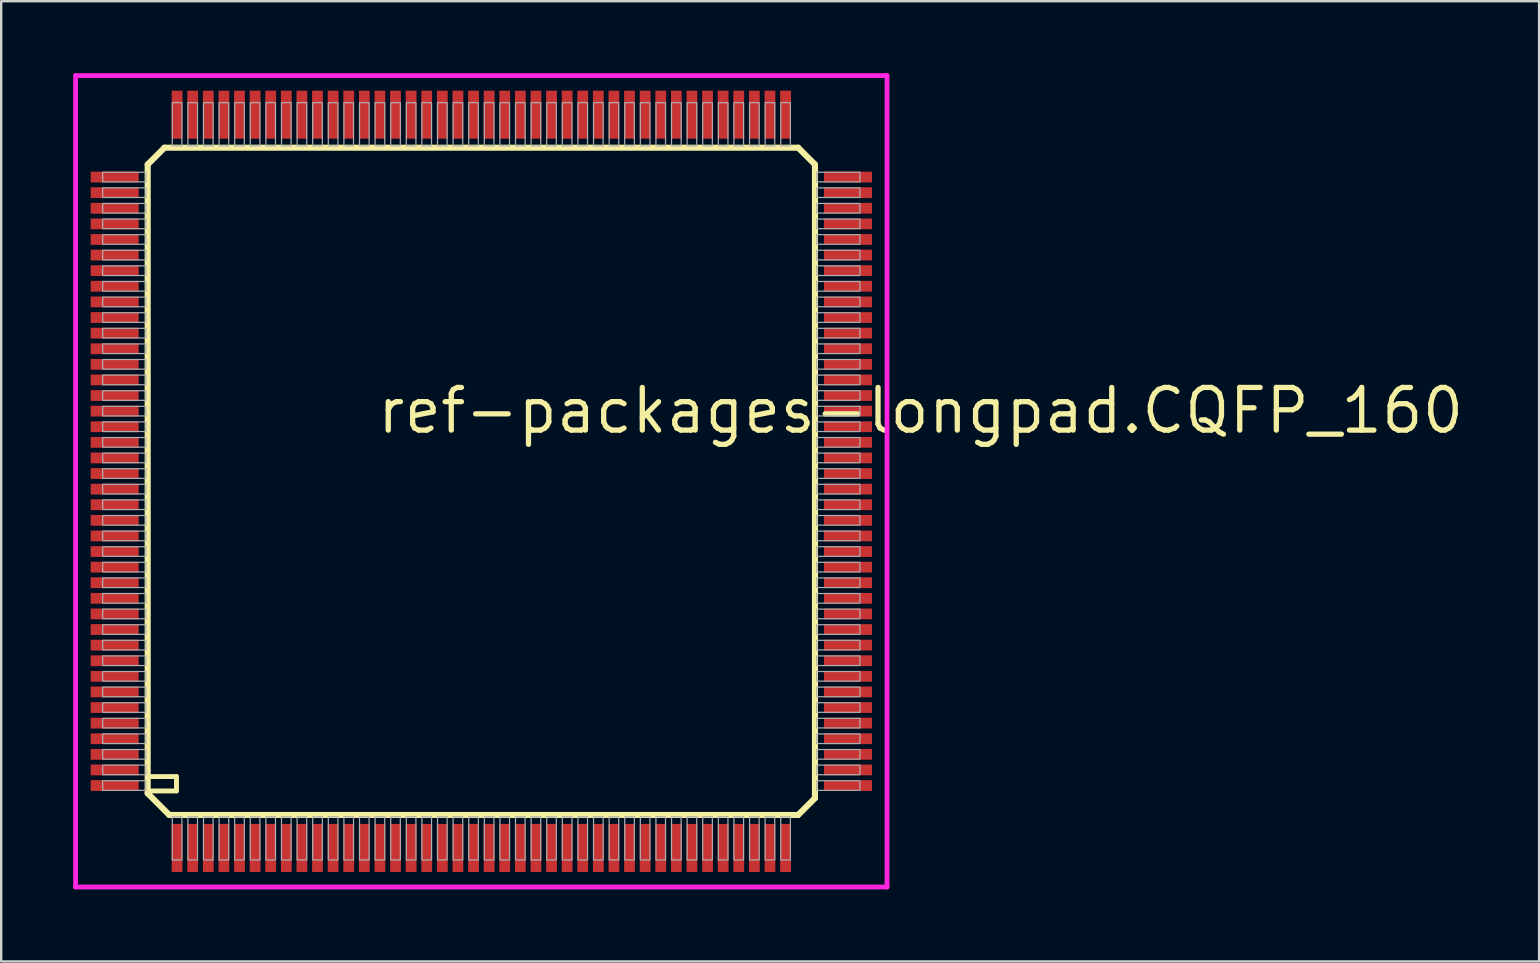
<source format=kicad_pcb>
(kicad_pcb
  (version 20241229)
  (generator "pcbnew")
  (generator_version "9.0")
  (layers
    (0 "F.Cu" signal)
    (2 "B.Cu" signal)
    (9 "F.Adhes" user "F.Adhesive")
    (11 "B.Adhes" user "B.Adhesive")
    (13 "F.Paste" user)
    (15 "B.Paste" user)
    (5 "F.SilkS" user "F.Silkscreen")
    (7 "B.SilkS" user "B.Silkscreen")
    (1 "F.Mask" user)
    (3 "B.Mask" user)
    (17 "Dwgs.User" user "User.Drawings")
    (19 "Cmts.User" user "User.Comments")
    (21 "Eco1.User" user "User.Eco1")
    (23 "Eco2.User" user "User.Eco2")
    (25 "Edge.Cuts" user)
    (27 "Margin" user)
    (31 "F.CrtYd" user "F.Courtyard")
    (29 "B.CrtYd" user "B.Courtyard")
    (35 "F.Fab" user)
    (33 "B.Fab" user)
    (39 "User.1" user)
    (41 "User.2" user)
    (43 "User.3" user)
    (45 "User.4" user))
  (footprint "ref-packages-longpad.CQFP_160"
    (layer "F.Cu")
    (at 17.003 17.003)
    (property "Reference" "ref-packages-longpad.CQFP_160" (at -4.445 -1.905 0) (layer "F.SilkS") (effects (font (size 1.778 1.778) (thickness 0.22)) (justify left bottom)))
    (attr smd)
    (fp_line (start -13.9 -13.2) (end -13.2 -13.9) (stroke (width 0.254) (type default)) (layer "F.SilkS"))
    (fp_line (start -13.9 13) (end -13.9 -13.2) (stroke (width 0.254) (type default)) (layer "F.SilkS"))
    (fp_line (start -13.8 12.3) (end -12.7 12.3) (stroke (width 0.203) (type default)) (layer "F.SilkS"))
    (fp_line (start -13.2 -13.9) (end 13.2 -13.9) (stroke (width 0.254) (type default)) (layer "F.SilkS"))
    (fp_line (start -13 13.9) (end -13.9 13) (stroke (width 0.254) (type default)) (layer "F.SilkS"))
    (fp_line (start -12.7 12.3) (end -12.7 12.9) (stroke (width 0.203) (type default)) (layer "F.SilkS"))
    (fp_line (start -12.7 12.9) (end -13.8 12.9) (stroke (width 0.203) (type default)) (layer "F.SilkS"))
    (fp_line (start 13.2 -13.9) (end 13.9 -13.2) (stroke (width 0.254) (type default)) (layer "F.SilkS"))
    (fp_line (start 13.2 13.9) (end -13 13.9) (stroke (width 0.254) (type default)) (layer "F.SilkS"))
    (fp_line (start 13.9 -13.2) (end 13.9 13.2) (stroke (width 0.254) (type default)) (layer "F.SilkS"))
    (fp_line (start 13.9 13.2) (end 13.2 13.9) (stroke (width 0.254) (type default)) (layer "F.SilkS"))
    (fp_line (start -16.903 -16.903) (end 16.903 -16.903) (stroke (width 0.2) (type default)) (layer "F.CrtYd"))
    (fp_line (start -16.903 16.903) (end -16.903 -16.903) (stroke (width 0.2) (type default)) (layer "F.CrtYd"))
    (fp_line (start 16.903 -16.903) (end 16.903 16.903) (stroke (width 0.2) (type default)) (layer "F.CrtYd"))
    (fp_line (start 16.903 16.903) (end -16.903 16.903) (stroke (width 0.2) (type default)) (layer "F.CrtYd"))
    (fp_rect (start -15.775 -12.475) (end -13.975 -12.875) (stroke (width 0.05) (type default)) (fill no) (layer "F.Fab"))
    (fp_rect (start -15.775 -11.825) (end -13.975 -12.225) (stroke (width 0.05) (type default)) (fill no) (layer "F.Fab"))
    (fp_rect (start -15.775 -11.175) (end -13.975 -11.575) (stroke (width 0.05) (type default)) (fill no) (layer "F.Fab"))
    (fp_rect (start -15.775 -10.525) (end -13.975 -10.925) (stroke (width 0.05) (type default)) (fill no) (layer "F.Fab"))
    (fp_rect (start -15.775 -9.875) (end -13.975 -10.275) (stroke (width 0.05) (type default)) (fill no) (layer "F.Fab"))
    (fp_rect (start -15.775 -9.225) (end -13.975 -9.625) (stroke (width 0.05) (type default)) (fill no) (layer "F.Fab"))
    (fp_rect (start -15.775 -8.575) (end -13.975 -8.975) (stroke (width 0.05) (type default)) (fill no) (layer "F.Fab"))
    (fp_rect (start -15.775 -7.925) (end -13.975 -8.325) (stroke (width 0.05) (type default)) (fill no) (layer "F.Fab"))
    (fp_rect (start -15.775 -7.275) (end -13.975 -7.675) (stroke (width 0.05) (type default)) (fill no) (layer "F.Fab"))
    (fp_rect (start -15.775 -6.625) (end -13.975 -7.025) (stroke (width 0.05) (type default)) (fill no) (layer "F.Fab"))
    (fp_rect (start -15.775 -5.975) (end -13.975 -6.375) (stroke (width 0.05) (type default)) (fill no) (layer "F.Fab"))
    (fp_rect (start -15.775 -5.325) (end -13.975 -5.725) (stroke (width 0.05) (type default)) (fill no) (layer "F.Fab"))
    (fp_rect (start -15.775 -4.675) (end -13.975 -5.075) (stroke (width 0.05) (type default)) (fill no) (layer "F.Fab"))
    (fp_rect (start -15.775 -4.025) (end -13.975 -4.425) (stroke (width 0.05) (type default)) (fill no) (layer "F.Fab"))
    (fp_rect (start -15.775 -3.375) (end -13.975 -3.775) (stroke (width 0.05) (type default)) (fill no) (layer "F.Fab"))
    (fp_rect (start -15.775 -2.725) (end -13.975 -3.125) (stroke (width 0.05) (type default)) (fill no) (layer "F.Fab"))
    (fp_rect (start -15.775 -2.075) (end -13.975 -2.475) (stroke (width 0.05) (type default)) (fill no) (layer "F.Fab"))
    (fp_rect (start -15.775 -1.425) (end -13.975 -1.825) (stroke (width 0.05) (type default)) (fill no) (layer "F.Fab"))
    (fp_rect (start -15.775 -0.775) (end -13.975 -1.175) (stroke (width 0.05) (type default)) (fill no) (layer "F.Fab"))
    (fp_rect (start -15.775 -0.125) (end -13.975 -0.525) (stroke (width 0.05) (type default)) (fill no) (layer "F.Fab"))
    (fp_rect (start -15.775 0.525) (end -13.975 0.125) (stroke (width 0.05) (type default)) (fill no) (layer "F.Fab"))
    (fp_rect (start -15.775 1.175) (end -13.975 0.775) (stroke (width 0.05) (type default)) (fill no) (layer "F.Fab"))
    (fp_rect (start -15.775 1.825) (end -13.975 1.425) (stroke (width 0.05) (type default)) (fill no) (layer "F.Fab"))
    (fp_rect (start -15.775 2.475) (end -13.975 2.075) (stroke (width 0.05) (type default)) (fill no) (layer "F.Fab"))
    (fp_rect (start -15.775 3.125) (end -13.975 2.725) (stroke (width 0.05) (type default)) (fill no) (layer "F.Fab"))
    (fp_rect (start -15.775 3.775) (end -13.975 3.375) (stroke (width 0.05) (type default)) (fill no) (layer "F.Fab"))
    (fp_rect (start -15.775 4.425) (end -13.975 4.025) (stroke (width 0.05) (type default)) (fill no) (layer "F.Fab"))
    (fp_rect (start -15.775 5.075) (end -13.975 4.675) (stroke (width 0.05) (type default)) (fill no) (layer "F.Fab"))
    (fp_rect (start -15.775 5.725) (end -13.975 5.325) (stroke (width 0.05) (type default)) (fill no) (layer "F.Fab"))
    (fp_rect (start -15.775 6.375) (end -13.975 5.975) (stroke (width 0.05) (type default)) (fill no) (layer "F.Fab"))
    (fp_rect (start -15.775 7.025) (end -13.975 6.625) (stroke (width 0.05) (type default)) (fill no) (layer "F.Fab"))
    (fp_rect (start -15.775 7.675) (end -13.975 7.275) (stroke (width 0.05) (type default)) (fill no) (layer "F.Fab"))
    (fp_rect (start -15.775 8.325) (end -13.975 7.925) (stroke (width 0.05) (type default)) (fill no) (layer "F.Fab"))
    (fp_rect (start -15.775 8.975) (end -13.975 8.575) (stroke (width 0.05) (type default)) (fill no) (layer "F.Fab"))
    (fp_rect (start -15.775 9.625) (end -13.975 9.225) (stroke (width 0.05) (type default)) (fill no) (layer "F.Fab"))
    (fp_rect (start -15.775 10.275) (end -13.975 9.875) (stroke (width 0.05) (type default)) (fill no) (layer "F.Fab"))
    (fp_rect (start -15.775 10.925) (end -13.975 10.525) (stroke (width 0.05) (type default)) (fill no) (layer "F.Fab"))
    (fp_rect (start -15.775 11.575) (end -13.975 11.175) (stroke (width 0.05) (type default)) (fill no) (layer "F.Fab"))
    (fp_rect (start -15.775 12.225) (end -13.975 11.825) (stroke (width 0.05) (type default)) (fill no) (layer "F.Fab"))
    (fp_rect (start -15.775 12.875) (end -13.975 12.475) (stroke (width 0.05) (type default)) (fill no) (layer "F.Fab"))
    (fp_rect (start -12.875 -13.975) (end -12.475 -15.775) (stroke (width 0.05) (type default)) (fill no) (layer "F.Fab"))
    (fp_rect (start -12.875 15.775) (end -12.475 13.975) (stroke (width 0.05) (type default)) (fill no) (layer "F.Fab"))
    (fp_rect (start -12.225 -13.975) (end -11.825 -15.775) (stroke (width 0.05) (type default)) (fill no) (layer "F.Fab"))
    (fp_rect (start -12.225 15.775) (end -11.825 13.975) (stroke (width 0.05) (type default)) (fill no) (layer "F.Fab"))
    (fp_rect (start -11.575 -13.975) (end -11.175 -15.775) (stroke (width 0.05) (type default)) (fill no) (layer "F.Fab"))
    (fp_rect (start -11.575 15.775) (end -11.175 13.975) (stroke (width 0.05) (type default)) (fill no) (layer "F.Fab"))
    (fp_rect (start -10.925 -13.975) (end -10.525 -15.775) (stroke (width 0.05) (type default)) (fill no) (layer "F.Fab"))
    (fp_rect (start -10.925 15.775) (end -10.525 13.975) (stroke (width 0.05) (type default)) (fill no) (layer "F.Fab"))
    (fp_rect (start -10.275 -13.975) (end -9.875 -15.775) (stroke (width 0.05) (type default)) (fill no) (layer "F.Fab"))
    (fp_rect (start -10.275 15.775) (end -9.875 13.975) (stroke (width 0.05) (type default)) (fill no) (layer "F.Fab"))
    (fp_rect (start -9.625 -13.975) (end -9.225 -15.775) (stroke (width 0.05) (type default)) (fill no) (layer "F.Fab"))
    (fp_rect (start -9.625 15.775) (end -9.225 13.975) (stroke (width 0.05) (type default)) (fill no) (layer "F.Fab"))
    (fp_rect (start -8.975 -13.975) (end -8.575 -15.775) (stroke (width 0.05) (type default)) (fill no) (layer "F.Fab"))
    (fp_rect (start -8.975 15.775) (end -8.575 13.975) (stroke (width 0.05) (type default)) (fill no) (layer "F.Fab"))
    (fp_rect (start -8.325 -13.975) (end -7.925 -15.775) (stroke (width 0.05) (type default)) (fill no) (layer "F.Fab"))
    (fp_rect (start -8.325 15.775) (end -7.925 13.975) (stroke (width 0.05) (type default)) (fill no) (layer "F.Fab"))
    (fp_rect (start -7.675 15.775) (end -7.275 13.975) (stroke (width 0.05) (type default)) (fill no) (layer "F.Fab"))
    (fp_rect (start -7.675 -13.975) (end -7.275 -15.775) (stroke (width 0.05) (type default)) (fill no) (layer "F.Fab"))
    (fp_rect (start -7.025 -13.975) (end -6.625 -15.775) (stroke (width 0.05) (type default)) (fill no) (layer "F.Fab"))
    (fp_rect (start -7.025 15.775) (end -6.625 13.975) (stroke (width 0.05) (type default)) (fill no) (layer "F.Fab"))
    (fp_rect (start -6.375 -13.975) (end -5.975 -15.775) (stroke (width 0.05) (type default)) (fill no) (layer "F.Fab"))
    (fp_rect (start -6.375 15.775) (end -5.975 13.975) (stroke (width 0.05) (type default)) (fill no) (layer "F.Fab"))
    (fp_rect (start -5.725 -13.975) (end -5.325 -15.775) (stroke (width 0.05) (type default)) (fill no) (layer "F.Fab"))
    (fp_rect (start -5.725 15.775) (end -5.325 13.975) (stroke (width 0.05) (type default)) (fill no) (layer "F.Fab"))
    (fp_rect (start -5.075 -13.975) (end -4.675 -15.775) (stroke (width 0.05) (type default)) (fill no) (layer "F.Fab"))
    (fp_rect (start -5.075 15.775) (end -4.675 13.975) (stroke (width 0.05) (type default)) (fill no) (layer "F.Fab"))
    (fp_rect (start -4.425 -13.975) (end -4.025 -15.775) (stroke (width 0.05) (type default)) (fill no) (layer "F.Fab"))
    (fp_rect (start -4.425 15.775) (end -4.025 13.975) (stroke (width 0.05) (type default)) (fill no) (layer "F.Fab"))
    (fp_rect (start -3.775 -13.975) (end -3.375 -15.775) (stroke (width 0.05) (type default)) (fill no) (layer "F.Fab"))
    (fp_rect (start -3.775 15.775) (end -3.375 13.975) (stroke (width 0.05) (type default)) (fill no) (layer "F.Fab"))
    (fp_rect (start -3.125 -13.975) (end -2.725 -15.775) (stroke (width 0.05) (type default)) (fill no) (layer "F.Fab"))
    (fp_rect (start -3.125 15.775) (end -2.725 13.975) (stroke (width 0.05) (type default)) (fill no) (layer "F.Fab"))
    (fp_rect (start -2.475 -13.975) (end -2.075 -15.775) (stroke (width 0.05) (type default)) (fill no) (layer "F.Fab"))
    (fp_rect (start -2.475 15.775) (end -2.075 13.975) (stroke (width 0.05) (type default)) (fill no) (layer "F.Fab"))
    (fp_rect (start -1.825 -13.975) (end -1.425 -15.775) (stroke (width 0.05) (type default)) (fill no) (layer "F.Fab"))
    (fp_rect (start -1.825 15.775) (end -1.425 13.975) (stroke (width 0.05) (type default)) (fill no) (layer "F.Fab"))
    (fp_rect (start -1.175 -13.975) (end -0.775 -15.775) (stroke (width 0.05) (type default)) (fill no) (layer "F.Fab"))
    (fp_rect (start -1.175 15.775) (end -0.775 13.975) (stroke (width 0.05) (type default)) (fill no) (layer "F.Fab"))
    (fp_rect (start -0.525 -13.975) (end -0.125 -15.775) (stroke (width 0.05) (type default)) (fill no) (layer "F.Fab"))
    (fp_rect (start -0.525 15.775) (end -0.125 13.975) (stroke (width 0.05) (type default)) (fill no) (layer "F.Fab"))
    (fp_rect (start 0.125 -13.975) (end 0.525 -15.775) (stroke (width 0.05) (type default)) (fill no) (layer "F.Fab"))
    (fp_rect (start 0.125 15.775) (end 0.525 13.975) (stroke (width 0.05) (type default)) (fill no) (layer "F.Fab"))
    (fp_rect (start 0.775 -13.975) (end 1.175 -15.775) (stroke (width 0.05) (type default)) (fill no) (layer "F.Fab"))
    (fp_rect (start 0.775 15.775) (end 1.175 13.975) (stroke (width 0.05) (type default)) (fill no) (layer "F.Fab"))
    (fp_rect (start 1.425 -13.975) (end 1.825 -15.775) (stroke (width 0.05) (type default)) (fill no) (layer "F.Fab"))
    (fp_rect (start 1.425 15.775) (end 1.825 13.975) (stroke (width 0.05) (type default)) (fill no) (layer "F.Fab"))
    (fp_rect (start 2.075 -13.975) (end 2.475 -15.775) (stroke (width 0.05) (type default)) (fill no) (layer "F.Fab"))
    (fp_rect (start 2.075 15.775) (end 2.475 13.975) (stroke (width 0.05) (type default)) (fill no) (layer "F.Fab"))
    (fp_rect (start 2.725 -13.975) (end 3.125 -15.775) (stroke (width 0.05) (type default)) (fill no) (layer "F.Fab"))
    (fp_rect (start 2.725 15.775) (end 3.125 13.975) (stroke (width 0.05) (type default)) (fill no) (layer "F.Fab"))
    (fp_rect (start 3.375 -13.975) (end 3.775 -15.775) (stroke (width 0.05) (type default)) (fill no) (layer "F.Fab"))
    (fp_rect (start 3.375 15.775) (end 3.775 13.975) (stroke (width 0.05) (type default)) (fill no) (layer "F.Fab"))
    (fp_rect (start 4.025 15.775) (end 4.425 13.975) (stroke (width 0.05) (type default)) (fill no) (layer "F.Fab"))
    (fp_rect (start 4.025 -13.975) (end 4.425 -15.775) (stroke (width 0.05) (type default)) (fill no) (layer "F.Fab"))
    (fp_rect (start 4.675 15.775) (end 5.075 13.975) (stroke (width 0.05) (type default)) (fill no) (layer "F.Fab"))
    (fp_rect (start 4.675 -13.975) (end 5.075 -15.775) (stroke (width 0.05) (type default)) (fill no) (layer "F.Fab"))
    (fp_rect (start 5.325 -13.975) (end 5.725 -15.775) (stroke (width 0.05) (type default)) (fill no) (layer "F.Fab"))
    (fp_rect (start 5.325 15.775) (end 5.725 13.975) (stroke (width 0.05) (type default)) (fill no) (layer "F.Fab"))
    (fp_rect (start 5.975 -13.975) (end 6.375 -15.775) (stroke (width 0.05) (type default)) (fill no) (layer "F.Fab"))
    (fp_rect (start 5.975 15.775) (end 6.375 13.975) (stroke (width 0.05) (type default)) (fill no) (layer "F.Fab"))
    (fp_rect (start 6.625 -13.975) (end 7.025 -15.775) (stroke (width 0.05) (type default)) (fill no) (layer "F.Fab"))
    (fp_rect (start 6.625 15.775) (end 7.025 13.975) (stroke (width 0.05) (type default)) (fill no) (layer "F.Fab"))
    (fp_rect (start 7.275 -13.975) (end 7.675 -15.775) (stroke (width 0.05) (type default)) (fill no) (layer "F.Fab"))
    (fp_rect (start 7.275 15.775) (end 7.675 13.975) (stroke (width 0.05) (type default)) (fill no) (layer "F.Fab"))
    (fp_rect (start 7.925 -13.975) (end 8.325 -15.775) (stroke (width 0.05) (type default)) (fill no) (layer "F.Fab"))
    (fp_rect (start 7.925 15.775) (end 8.325 13.975) (stroke (width 0.05) (type default)) (fill no) (layer "F.Fab"))
    (fp_rect (start 8.575 -13.975) (end 8.975 -15.775) (stroke (width 0.05) (type default)) (fill no) (layer "F.Fab"))
    (fp_rect (start 8.575 15.775) (end 8.975 13.975) (stroke (width 0.05) (type default)) (fill no) (layer "F.Fab"))
    (fp_rect (start 9.225 -13.975) (end 9.625 -15.775) (stroke (width 0.05) (type default)) (fill no) (layer "F.Fab"))
    (fp_rect (start 9.225 15.775) (end 9.625 13.975) (stroke (width 0.05) (type default)) (fill no) (layer "F.Fab"))
    (fp_rect (start 9.875 -13.975) (end 10.275 -15.775) (stroke (width 0.05) (type default)) (fill no) (layer "F.Fab"))
    (fp_rect (start 9.875 15.775) (end 10.275 13.975) (stroke (width 0.05) (type default)) (fill no) (layer "F.Fab"))
    (fp_rect (start 10.525 -13.975) (end 10.925 -15.775) (stroke (width 0.05) (type default)) (fill no) (layer "F.Fab"))
    (fp_rect (start 10.525 15.775) (end 10.925 13.975) (stroke (width 0.05) (type default)) (fill no) (layer "F.Fab"))
    (fp_rect (start 11.175 -13.975) (end 11.575 -15.775) (stroke (width 0.05) (type default)) (fill no) (layer "F.Fab"))
    (fp_rect (start 11.175 15.775) (end 11.575 13.975) (stroke (width 0.05) (type default)) (fill no) (layer "F.Fab"))
    (fp_rect (start 11.825 -13.975) (end 12.225 -15.775) (stroke (width 0.05) (type default)) (fill no) (layer "F.Fab"))
    (fp_rect (start 11.825 15.775) (end 12.225 13.975) (stroke (width 0.05) (type default)) (fill no) (layer "F.Fab"))
    (fp_rect (start 12.475 -13.975) (end 12.875 -15.775) (stroke (width 0.05) (type default)) (fill no) (layer "F.Fab"))
    (fp_rect (start 12.475 15.775) (end 12.875 13.975) (stroke (width 0.05) (type default)) (fill no) (layer "F.Fab"))
    (fp_rect (start 13.975 -12.475) (end 15.775 -12.875) (stroke (width 0.05) (type default)) (fill no) (layer "F.Fab"))
    (fp_rect (start 13.975 -11.825) (end 15.775 -12.225) (stroke (width 0.05) (type default)) (fill no) (layer "F.Fab"))
    (fp_rect (start 13.975 -11.175) (end 15.775 -11.575) (stroke (width 0.05) (type default)) (fill no) (layer "F.Fab"))
    (fp_rect (start 13.975 -10.525) (end 15.775 -10.925) (stroke (width 0.05) (type default)) (fill no) (layer "F.Fab"))
    (fp_rect (start 13.975 -9.875) (end 15.775 -10.275) (stroke (width 0.05) (type default)) (fill no) (layer "F.Fab"))
    (fp_rect (start 13.975 -9.225) (end 15.775 -9.625) (stroke (width 0.05) (type default)) (fill no) (layer "F.Fab"))
    (fp_rect (start 13.975 -8.575) (end 15.775 -8.975) (stroke (width 0.05) (type default)) (fill no) (layer "F.Fab"))
    (fp_rect (start 13.975 -7.925) (end 15.775 -8.325) (stroke (width 0.05) (type default)) (fill no) (layer "F.Fab"))
    (fp_rect (start 13.975 -7.275) (end 15.775 -7.675) (stroke (width 0.05) (type default)) (fill no) (layer "F.Fab"))
    (fp_rect (start 13.975 -6.625) (end 15.775 -7.025) (stroke (width 0.05) (type default)) (fill no) (layer "F.Fab"))
    (fp_rect (start 13.975 -5.975) (end 15.775 -6.375) (stroke (width 0.05) (type default)) (fill no) (layer "F.Fab"))
    (fp_rect (start 13.975 -5.325) (end 15.775 -5.725) (stroke (width 0.05) (type default)) (fill no) (layer "F.Fab"))
    (fp_rect (start 13.975 -4.675) (end 15.775 -5.075) (stroke (width 0.05) (type default)) (fill no) (layer "F.Fab"))
    (fp_rect (start 13.975 -4.025) (end 15.775 -4.425) (stroke (width 0.05) (type default)) (fill no) (layer "F.Fab"))
    (fp_rect (start 13.975 -3.375) (end 15.775 -3.775) (stroke (width 0.05) (type default)) (fill no) (layer "F.Fab"))
    (fp_rect (start 13.975 -2.725) (end 15.775 -3.125) (stroke (width 0.05) (type default)) (fill no) (layer "F.Fab"))
    (fp_rect (start 13.975 -2.075) (end 15.775 -2.475) (stroke (width 0.05) (type default)) (fill no) (layer "F.Fab"))
    (fp_rect (start 13.975 -1.425) (end 15.775 -1.825) (stroke (width 0.05) (type default)) (fill no) (layer "F.Fab"))
    (fp_rect (start 13.975 -0.775) (end 15.775 -1.175) (stroke (width 0.05) (type default)) (fill no) (layer "F.Fab"))
    (fp_rect (start 13.975 -0.125) (end 15.775 -0.525) (stroke (width 0.05) (type default)) (fill no) (layer "F.Fab"))
    (fp_rect (start 13.975 0.525) (end 15.775 0.125) (stroke (width 0.05) (type default)) (fill no) (layer "F.Fab"))
    (fp_rect (start 13.975 1.175) (end 15.775 0.775) (stroke (width 0.05) (type default)) (fill no) (layer "F.Fab"))
    (fp_rect (start 13.975 1.825) (end 15.775 1.425) (stroke (width 0.05) (type default)) (fill no) (layer "F.Fab"))
    (fp_rect (start 13.975 2.475) (end 15.775 2.075) (stroke (width 0.05) (type default)) (fill no) (layer "F.Fab"))
    (fp_rect (start 13.975 3.125) (end 15.775 2.725) (stroke (width 0.05) (type default)) (fill no) (layer "F.Fab"))
    (fp_rect (start 13.975 3.775) (end 15.775 3.375) (stroke (width 0.05) (type default)) (fill no) (layer "F.Fab"))
    (fp_rect (start 13.975 4.425) (end 15.775 4.025) (stroke (width 0.05) (type default)) (fill no) (layer "F.Fab"))
    (fp_rect (start 13.975 5.075) (end 15.775 4.675) (stroke (width 0.05) (type default)) (fill no) (layer "F.Fab"))
    (fp_rect (start 13.975 5.725) (end 15.775 5.325) (stroke (width 0.05) (type default)) (fill no) (layer "F.Fab"))
    (fp_rect (start 13.975 6.375) (end 15.775 5.975) (stroke (width 0.05) (type default)) (fill no) (layer "F.Fab"))
    (fp_rect (start 13.975 7.025) (end 15.775 6.625) (stroke (width 0.05) (type default)) (fill no) (layer "F.Fab"))
    (fp_rect (start 13.975 7.675) (end 15.775 7.275) (stroke (width 0.05) (type default)) (fill no) (layer "F.Fab"))
    (fp_rect (start 13.975 8.325) (end 15.775 7.925) (stroke (width 0.05) (type default)) (fill no) (layer "F.Fab"))
    (fp_rect (start 13.975 8.975) (end 15.775 8.575) (stroke (width 0.05) (type default)) (fill no) (layer "F.Fab"))
    (fp_rect (start 13.975 9.625) (end 15.775 9.225) (stroke (width 0.05) (type default)) (fill no) (layer "F.Fab"))
    (fp_rect (start 13.975 10.275) (end 15.775 9.875) (stroke (width 0.05) (type default)) (fill no) (layer "F.Fab"))
    (fp_rect (start 13.975 10.925) (end 15.775 10.525) (stroke (width 0.05) (type default)) (fill no) (layer "F.Fab"))
    (fp_rect (start 13.975 11.575) (end 15.775 11.175) (stroke (width 0.05) (type default)) (fill no) (layer "F.Fab"))
    (fp_rect (start 13.975 12.225) (end 15.775 11.825) (stroke (width 0.05) (type default)) (fill no) (layer "F.Fab"))
    (fp_rect (start 13.975 12.875) (end 15.775 12.475) (stroke (width 0.05) (type default)) (fill no) (layer "F.Fab"))
    (pad "1" smd roundrect (at -12.675 15.275) (size 0.45 2) (layers "F.Cu" "F.Mask" "F.Paste") (roundrect_rratio 0.01))
    (pad "2" smd roundrect (at -12.025 15.275) (size 0.45 2) (layers "F.Cu" "F.Mask" "F.Paste") (roundrect_rratio 0.01))
    (pad "3" smd roundrect (at -11.375 15.275) (size 0.45 2) (layers "F.Cu" "F.Mask" "F.Paste") (roundrect_rratio 0.01))
    (pad "4" smd roundrect (at -10.725 15.275) (size 0.45 2) (layers "F.Cu" "F.Mask" "F.Paste") (roundrect_rratio 0.01))
    (pad "5" smd roundrect (at -10.075 15.275) (size 0.45 2) (layers "F.Cu" "F.Mask" "F.Paste") (roundrect_rratio 0.01))
    (pad "6" smd roundrect (at -9.425 15.275) (size 0.45 2) (layers "F.Cu" "F.Mask" "F.Paste") (roundrect_rratio 0.01))
    (pad "7" smd roundrect (at -8.775 15.275) (size 0.45 2) (layers "F.Cu" "F.Mask" "F.Paste") (roundrect_rratio 0.01))
    (pad "8" smd roundrect (at -8.125 15.275) (size 0.45 2) (layers "F.Cu" "F.Mask" "F.Paste") (roundrect_rratio 0.01))
    (pad "9" smd roundrect (at -7.475 15.275) (size 0.45 2) (layers "F.Cu" "F.Mask" "F.Paste") (roundrect_rratio 0.01))
    (pad "10" smd roundrect (at -6.825 15.275) (size 0.45 2) (layers "F.Cu" "F.Mask" "F.Paste") (roundrect_rratio 0.01))
    (pad "11" smd roundrect (at -6.175 15.275) (size 0.45 2) (layers "F.Cu" "F.Mask" "F.Paste") (roundrect_rratio 0.01))
    (pad "12" smd roundrect (at -5.525 15.275) (size 0.45 2) (layers "F.Cu" "F.Mask" "F.Paste") (roundrect_rratio 0.01))
    (pad "13" smd roundrect (at -4.875 15.275) (size 0.45 2) (layers "F.Cu" "F.Mask" "F.Paste") (roundrect_rratio 0.01))
    (pad "14" smd roundrect (at -4.225 15.275) (size 0.45 2) (layers "F.Cu" "F.Mask" "F.Paste") (roundrect_rratio 0.01))
    (pad "15" smd roundrect (at -3.575 15.275) (size 0.45 2) (layers "F.Cu" "F.Mask" "F.Paste") (roundrect_rratio 0.01))
    (pad "16" smd roundrect (at -2.925 15.275) (size 0.45 2) (layers "F.Cu" "F.Mask" "F.Paste") (roundrect_rratio 0.01))
    (pad "17" smd roundrect (at -2.275 15.275) (size 0.45 2) (layers "F.Cu" "F.Mask" "F.Paste") (roundrect_rratio 0.01))
    (pad "18" smd roundrect (at -1.625 15.275) (size 0.45 2) (layers "F.Cu" "F.Mask" "F.Paste") (roundrect_rratio 0.01))
    (pad "19" smd roundrect (at -0.975 15.275) (size 0.45 2) (layers "F.Cu" "F.Mask" "F.Paste") (roundrect_rratio 0.01))
    (pad "20" smd roundrect (at -0.325 15.275) (size 0.45 2) (layers "F.Cu" "F.Mask" "F.Paste") (roundrect_rratio 0.01))
    (pad "21" smd roundrect (at 0.325 15.275) (size 0.45 2) (layers "F.Cu" "F.Mask" "F.Paste") (roundrect_rratio 0.01))
    (pad "22" smd roundrect (at 0.975 15.275) (size 0.45 2) (layers "F.Cu" "F.Mask" "F.Paste") (roundrect_rratio 0.01))
    (pad "23" smd roundrect (at 1.625 15.275) (size 0.45 2) (layers "F.Cu" "F.Mask" "F.Paste") (roundrect_rratio 0.01))
    (pad "24" smd roundrect (at 2.275 15.275) (size 0.45 2) (layers "F.Cu" "F.Mask" "F.Paste") (roundrect_rratio 0.01))
    (pad "25" smd roundrect (at 2.925 15.275) (size 0.45 2) (layers "F.Cu" "F.Mask" "F.Paste") (roundrect_rratio 0.01))
    (pad "26" smd roundrect (at 3.575 15.275) (size 0.45 2) (layers "F.Cu" "F.Mask" "F.Paste") (roundrect_rratio 0.01))
    (pad "27" smd roundrect (at 4.225 15.275) (size 0.45 2) (layers "F.Cu" "F.Mask" "F.Paste") (roundrect_rratio 0.01))
    (pad "28" smd roundrect (at 4.875 15.275) (size 0.45 2) (layers "F.Cu" "F.Mask" "F.Paste") (roundrect_rratio 0.01))
    (pad "29" smd roundrect (at 5.525 15.275) (size 0.45 2) (layers "F.Cu" "F.Mask" "F.Paste") (roundrect_rratio 0.01))
    (pad "30" smd roundrect (at 6.175 15.275) (size 0.45 2) (layers "F.Cu" "F.Mask" "F.Paste") (roundrect_rratio 0.01))
    (pad "31" smd roundrect (at 6.825 15.275) (size 0.45 2) (layers "F.Cu" "F.Mask" "F.Paste") (roundrect_rratio 0.01))
    (pad "32" smd roundrect (at 7.475 15.275) (size 0.45 2) (layers "F.Cu" "F.Mask" "F.Paste") (roundrect_rratio 0.01))
    (pad "33" smd roundrect (at 8.125 15.275) (size 0.45 2) (layers "F.Cu" "F.Mask" "F.Paste") (roundrect_rratio 0.01))
    (pad "34" smd roundrect (at 8.775 15.275) (size 0.45 2) (layers "F.Cu" "F.Mask" "F.Paste") (roundrect_rratio 0.01))
    (pad "35" smd roundrect (at 9.425 15.275) (size 0.45 2) (layers "F.Cu" "F.Mask" "F.Paste") (roundrect_rratio 0.01))
    (pad "36" smd roundrect (at 10.075 15.275) (size 0.45 2) (layers "F.Cu" "F.Mask" "F.Paste") (roundrect_rratio 0.01))
    (pad "37" smd roundrect (at 10.725 15.275) (size 0.45 2) (layers "F.Cu" "F.Mask" "F.Paste") (roundrect_rratio 0.01))
    (pad "38" smd roundrect (at 11.375 15.275) (size 0.45 2) (layers "F.Cu" "F.Mask" "F.Paste") (roundrect_rratio 0.01))
    (pad "39" smd roundrect (at 12.025 15.275) (size 0.45 2) (layers "F.Cu" "F.Mask" "F.Paste") (roundrect_rratio 0.01))
    (pad "40" smd roundrect (at 12.675 15.275) (size 0.45 2) (layers "F.Cu" "F.Mask" "F.Paste") (roundrect_rratio 0.01))
    (pad "41" smd roundrect (at 15.275 12.675) (size 2 0.45) (layers "F.Cu" "F.Mask" "F.Paste") (roundrect_rratio 0.01))
    (pad "42" smd roundrect (at 15.275 12.025) (size 2 0.45) (layers "F.Cu" "F.Mask" "F.Paste") (roundrect_rratio 0.01))
    (pad "43" smd roundrect (at 15.275 11.375) (size 2 0.45) (layers "F.Cu" "F.Mask" "F.Paste") (roundrect_rratio 0.01))
    (pad "44" smd roundrect (at 15.275 10.725) (size 2 0.45) (layers "F.Cu" "F.Mask" "F.Paste") (roundrect_rratio 0.01))
    (pad "45" smd roundrect (at 15.275 10.075) (size 2 0.45) (layers "F.Cu" "F.Mask" "F.Paste") (roundrect_rratio 0.01))
    (pad "46" smd roundrect (at 15.275 9.425) (size 2 0.45) (layers "F.Cu" "F.Mask" "F.Paste") (roundrect_rratio 0.01))
    (pad "47" smd roundrect (at 15.275 8.775) (size 2 0.45) (layers "F.Cu" "F.Mask" "F.Paste") (roundrect_rratio 0.01))
    (pad "48" smd roundrect (at 15.275 8.125) (size 2 0.45) (layers "F.Cu" "F.Mask" "F.Paste") (roundrect_rratio 0.01))
    (pad "49" smd roundrect (at 15.275 7.475) (size 2 0.45) (layers "F.Cu" "F.Mask" "F.Paste") (roundrect_rratio 0.01))
    (pad "50" smd roundrect (at 15.275 6.825) (size 2 0.45) (layers "F.Cu" "F.Mask" "F.Paste") (roundrect_rratio 0.01))
    (pad "51" smd roundrect (at 15.275 6.175) (size 2 0.45) (layers "F.Cu" "F.Mask" "F.Paste") (roundrect_rratio 0.01))
    (pad "52" smd roundrect (at 15.275 5.525) (size 2 0.45) (layers "F.Cu" "F.Mask" "F.Paste") (roundrect_rratio 0.01))
    (pad "53" smd roundrect (at 15.275 4.875) (size 2 0.45) (layers "F.Cu" "F.Mask" "F.Paste") (roundrect_rratio 0.01))
    (pad "54" smd roundrect (at 15.275 4.225) (size 2 0.45) (layers "F.Cu" "F.Mask" "F.Paste") (roundrect_rratio 0.01))
    (pad "55" smd roundrect (at 15.275 3.575) (size 2 0.45) (layers "F.Cu" "F.Mask" "F.Paste") (roundrect_rratio 0.01))
    (pad "56" smd roundrect (at 15.275 2.925) (size 2 0.45) (layers "F.Cu" "F.Mask" "F.Paste") (roundrect_rratio 0.01))
    (pad "57" smd roundrect (at 15.275 2.275) (size 2 0.45) (layers "F.Cu" "F.Mask" "F.Paste") (roundrect_rratio 0.01))
    (pad "58" smd roundrect (at 15.275 1.625) (size 2 0.45) (layers "F.Cu" "F.Mask" "F.Paste") (roundrect_rratio 0.01))
    (pad "59" smd roundrect (at 15.275 0.975) (size 2 0.45) (layers "F.Cu" "F.Mask" "F.Paste") (roundrect_rratio 0.01))
    (pad "60" smd roundrect (at 15.275 0.325) (size 2 0.45) (layers "F.Cu" "F.Mask" "F.Paste") (roundrect_rratio 0.01))
    (pad "61" smd roundrect (at 15.275 -0.325) (size 2 0.45) (layers "F.Cu" "F.Mask" "F.Paste") (roundrect_rratio 0.01))
    (pad "62" smd roundrect (at 15.275 -0.975) (size 2 0.45) (layers "F.Cu" "F.Mask" "F.Paste") (roundrect_rratio 0.01))
    (pad "63" smd roundrect (at 15.275 -1.625) (size 2 0.45) (layers "F.Cu" "F.Mask" "F.Paste") (roundrect_rratio 0.01))
    (pad "64" smd roundrect (at 15.275 -2.275) (size 2 0.45) (layers "F.Cu" "F.Mask" "F.Paste") (roundrect_rratio 0.01))
    (pad "65" smd roundrect (at 15.275 -2.925) (size 2 0.45) (layers "F.Cu" "F.Mask" "F.Paste") (roundrect_rratio 0.01))
    (pad "66" smd roundrect (at 15.275 -3.575) (size 2 0.45) (layers "F.Cu" "F.Mask" "F.Paste") (roundrect_rratio 0.01))
    (pad "67" smd roundrect (at 15.275 -4.225) (size 2 0.45) (layers "F.Cu" "F.Mask" "F.Paste") (roundrect_rratio 0.01))
    (pad "68" smd roundrect (at 15.275 -4.875) (size 2 0.45) (layers "F.Cu" "F.Mask" "F.Paste") (roundrect_rratio 0.01))
    (pad "69" smd roundrect (at 15.275 -5.525) (size 2 0.45) (layers "F.Cu" "F.Mask" "F.Paste") (roundrect_rratio 0.01))
    (pad "70" smd roundrect (at 15.275 -6.175) (size 2 0.45) (layers "F.Cu" "F.Mask" "F.Paste") (roundrect_rratio 0.01))
    (pad "71" smd roundrect (at 15.275 -6.825) (size 2 0.45) (layers "F.Cu" "F.Mask" "F.Paste") (roundrect_rratio 0.01))
    (pad "72" smd roundrect (at 15.275 -7.475) (size 2 0.45) (layers "F.Cu" "F.Mask" "F.Paste") (roundrect_rratio 0.01))
    (pad "73" smd roundrect (at 15.275 -8.125) (size 2 0.45) (layers "F.Cu" "F.Mask" "F.Paste") (roundrect_rratio 0.01))
    (pad "74" smd roundrect (at 15.275 -8.775) (size 2 0.45) (layers "F.Cu" "F.Mask" "F.Paste") (roundrect_rratio 0.01))
    (pad "75" smd roundrect (at 15.275 -9.425) (size 2 0.45) (layers "F.Cu" "F.Mask" "F.Paste") (roundrect_rratio 0.01))
    (pad "76" smd roundrect (at 15.275 -10.075) (size 2 0.45) (layers "F.Cu" "F.Mask" "F.Paste") (roundrect_rratio 0.01))
    (pad "77" smd roundrect (at 15.275 -10.725) (size 2 0.45) (layers "F.Cu" "F.Mask" "F.Paste") (roundrect_rratio 0.01))
    (pad "78" smd roundrect (at 15.275 -11.375) (size 2 0.45) (layers "F.Cu" "F.Mask" "F.Paste") (roundrect_rratio 0.01))
    (pad "79" smd roundrect (at 15.275 -12.025) (size 2 0.45) (layers "F.Cu" "F.Mask" "F.Paste") (roundrect_rratio 0.01))
    (pad "80" smd roundrect (at 15.275 -12.675) (size 2 0.45) (layers "F.Cu" "F.Mask" "F.Paste") (roundrect_rratio 0.01))
    (pad "81" smd roundrect (at 12.675 -15.275) (size 0.45 2) (layers "F.Cu" "F.Mask" "F.Paste") (roundrect_rratio 0.01))
    (pad "82" smd roundrect (at 12.025 -15.275) (size 0.45 2) (layers "F.Cu" "F.Mask" "F.Paste") (roundrect_rratio 0.01))
    (pad "83" smd roundrect (at 11.375 -15.275) (size 0.45 2) (layers "F.Cu" "F.Mask" "F.Paste") (roundrect_rratio 0.01))
    (pad "84" smd roundrect (at 10.725 -15.275) (size 0.45 2) (layers "F.Cu" "F.Mask" "F.Paste") (roundrect_rratio 0.01))
    (pad "85" smd roundrect (at 10.075 -15.275) (size 0.45 2) (layers "F.Cu" "F.Mask" "F.Paste") (roundrect_rratio 0.01))
    (pad "86" smd roundrect (at 9.425 -15.275) (size 0.45 2) (layers "F.Cu" "F.Mask" "F.Paste") (roundrect_rratio 0.01))
    (pad "87" smd roundrect (at 8.775 -15.275) (size 0.45 2) (layers "F.Cu" "F.Mask" "F.Paste") (roundrect_rratio 0.01))
    (pad "88" smd roundrect (at 8.125 -15.275) (size 0.45 2) (layers "F.Cu" "F.Mask" "F.Paste") (roundrect_rratio 0.01))
    (pad "89" smd roundrect (at 7.475 -15.275) (size 0.45 2) (layers "F.Cu" "F.Mask" "F.Paste") (roundrect_rratio 0.01))
    (pad "90" smd roundrect (at 6.825 -15.275) (size 0.45 2) (layers "F.Cu" "F.Mask" "F.Paste") (roundrect_rratio 0.01))
    (pad "91" smd roundrect (at 6.175 -15.275) (size 0.45 2) (layers "F.Cu" "F.Mask" "F.Paste") (roundrect_rratio 0.01))
    (pad "92" smd roundrect (at 5.525 -15.275) (size 0.45 2) (layers "F.Cu" "F.Mask" "F.Paste") (roundrect_rratio 0.01))
    (pad "93" smd roundrect (at 4.875 -15.275) (size 0.45 2) (layers "F.Cu" "F.Mask" "F.Paste") (roundrect_rratio 0.01))
    (pad "94" smd roundrect (at 4.225 -15.275) (size 0.45 2) (layers "F.Cu" "F.Mask" "F.Paste") (roundrect_rratio 0.01))
    (pad "95" smd roundrect (at 3.575 -15.275) (size 0.45 2) (layers "F.Cu" "F.Mask" "F.Paste") (roundrect_rratio 0.01))
    (pad "96" smd roundrect (at 2.925 -15.275) (size 0.45 2) (layers "F.Cu" "F.Mask" "F.Paste") (roundrect_rratio 0.01))
    (pad "97" smd roundrect (at 2.275 -15.275) (size 0.45 2) (layers "F.Cu" "F.Mask" "F.Paste") (roundrect_rratio 0.01))
    (pad "98" smd roundrect (at 1.625 -15.275) (size 0.45 2) (layers "F.Cu" "F.Mask" "F.Paste") (roundrect_rratio 0.01))
    (pad "99" smd roundrect (at 0.975 -15.275) (size 0.45 2) (layers "F.Cu" "F.Mask" "F.Paste") (roundrect_rratio 0.01))
    (pad "100" smd roundrect (at 0.325 -15.275) (size 0.45 2) (layers "F.Cu" "F.Mask" "F.Paste") (roundrect_rratio 0.01))
    (pad "101" smd roundrect (at -0.325 -15.275) (size 0.45 2) (layers "F.Cu" "F.Mask" "F.Paste") (roundrect_rratio 0.01))
    (pad "102" smd roundrect (at -0.975 -15.275) (size 0.45 2) (layers "F.Cu" "F.Mask" "F.Paste") (roundrect_rratio 0.01))
    (pad "103" smd roundrect (at -1.625 -15.275) (size 0.45 2) (layers "F.Cu" "F.Mask" "F.Paste") (roundrect_rratio 0.01))
    (pad "104" smd roundrect (at -2.275 -15.275) (size 0.45 2) (layers "F.Cu" "F.Mask" "F.Paste") (roundrect_rratio 0.01))
    (pad "105" smd roundrect (at -2.925 -15.275) (size 0.45 2) (layers "F.Cu" "F.Mask" "F.Paste") (roundrect_rratio 0.01))
    (pad "106" smd roundrect (at -3.575 -15.275) (size 0.45 2) (layers "F.Cu" "F.Mask" "F.Paste") (roundrect_rratio 0.01))
    (pad "107" smd roundrect (at -4.225 -15.275) (size 0.45 2) (layers "F.Cu" "F.Mask" "F.Paste") (roundrect_rratio 0.01))
    (pad "108" smd roundrect (at -4.875 -15.275) (size 0.45 2) (layers "F.Cu" "F.Mask" "F.Paste") (roundrect_rratio 0.01))
    (pad "109" smd roundrect (at -5.525 -15.275) (size 0.45 2) (layers "F.Cu" "F.Mask" "F.Paste") (roundrect_rratio 0.01))
    (pad "110" smd roundrect (at -6.175 -15.275) (size 0.45 2) (layers "F.Cu" "F.Mask" "F.Paste") (roundrect_rratio 0.01))
    (pad "111" smd roundrect (at -6.825 -15.275) (size 0.45 2) (layers "F.Cu" "F.Mask" "F.Paste") (roundrect_rratio 0.01))
    (pad "112" smd roundrect (at -7.475 -15.275) (size 0.45 2) (layers "F.Cu" "F.Mask" "F.Paste") (roundrect_rratio 0.01))
    (pad "113" smd roundrect (at -8.125 -15.275) (size 0.45 2) (layers "F.Cu" "F.Mask" "F.Paste") (roundrect_rratio 0.01))
    (pad "114" smd roundrect (at -8.775 -15.275) (size 0.45 2) (layers "F.Cu" "F.Mask" "F.Paste") (roundrect_rratio 0.01))
    (pad "115" smd roundrect (at -9.425 -15.275) (size 0.45 2) (layers "F.Cu" "F.Mask" "F.Paste") (roundrect_rratio 0.01))
    (pad "116" smd roundrect (at -10.075 -15.275) (size 0.45 2) (layers "F.Cu" "F.Mask" "F.Paste") (roundrect_rratio 0.01))
    (pad "117" smd roundrect (at -10.725 -15.275) (size 0.45 2) (layers "F.Cu" "F.Mask" "F.Paste") (roundrect_rratio 0.01))
    (pad "118" smd roundrect (at -11.375 -15.275) (size 0.45 2) (layers "F.Cu" "F.Mask" "F.Paste") (roundrect_rratio 0.01))
    (pad "119" smd roundrect (at -12.025 -15.275) (size 0.45 2) (layers "F.Cu" "F.Mask" "F.Paste") (roundrect_rratio 0.01))
    (pad "120" smd roundrect (at -12.675 -15.275) (size 0.45 2) (layers "F.Cu" "F.Mask" "F.Paste") (roundrect_rratio 0.01))
    (pad "121" smd roundrect (at -15.275 -12.675) (size 2 0.45) (layers "F.Cu" "F.Mask" "F.Paste") (roundrect_rratio 0.01))
    (pad "122" smd roundrect (at -15.275 -12.025) (size 2 0.45) (layers "F.Cu" "F.Mask" "F.Paste") (roundrect_rratio 0.01))
    (pad "123" smd roundrect (at -15.275 -11.375) (size 2 0.45) (layers "F.Cu" "F.Mask" "F.Paste") (roundrect_rratio 0.01))
    (pad "124" smd roundrect (at -15.275 -10.725) (size 2 0.45) (layers "F.Cu" "F.Mask" "F.Paste") (roundrect_rratio 0.01))
    (pad "125" smd roundrect (at -15.275 -10.075) (size 2 0.45) (layers "F.Cu" "F.Mask" "F.Paste") (roundrect_rratio 0.01))
    (pad "126" smd roundrect (at -15.275 -9.425) (size 2 0.45) (layers "F.Cu" "F.Mask" "F.Paste") (roundrect_rratio 0.01))
    (pad "127" smd roundrect (at -15.275 -8.775) (size 2 0.45) (layers "F.Cu" "F.Mask" "F.Paste") (roundrect_rratio 0.01))
    (pad "128" smd roundrect (at -15.275 -8.125) (size 2 0.45) (layers "F.Cu" "F.Mask" "F.Paste") (roundrect_rratio 0.01))
    (pad "129" smd roundrect (at -15.275 -7.475) (size 2 0.45) (layers "F.Cu" "F.Mask" "F.Paste") (roundrect_rratio 0.01))
    (pad "130" smd roundrect (at -15.275 -6.825) (size 2 0.45) (layers "F.Cu" "F.Mask" "F.Paste") (roundrect_rratio 0.01))
    (pad "131" smd roundrect (at -15.275 -6.175) (size 2 0.45) (layers "F.Cu" "F.Mask" "F.Paste") (roundrect_rratio 0.01))
    (pad "132" smd roundrect (at -15.275 -5.525) (size 2 0.45) (layers "F.Cu" "F.Mask" "F.Paste") (roundrect_rratio 0.01))
    (pad "133" smd roundrect (at -15.275 -4.875) (size 2 0.45) (layers "F.Cu" "F.Mask" "F.Paste") (roundrect_rratio 0.01))
    (pad "134" smd roundrect (at -15.275 -4.225) (size 2 0.45) (layers "F.Cu" "F.Mask" "F.Paste") (roundrect_rratio 0.01))
    (pad "135" smd roundrect (at -15.275 -3.575) (size 2 0.45) (layers "F.Cu" "F.Mask" "F.Paste") (roundrect_rratio 0.01))
    (pad "136" smd roundrect (at -15.275 -2.925) (size 2 0.45) (layers "F.Cu" "F.Mask" "F.Paste") (roundrect_rratio 0.01))
    (pad "137" smd roundrect (at -15.275 -2.275) (size 2 0.45) (layers "F.Cu" "F.Mask" "F.Paste") (roundrect_rratio 0.01))
    (pad "138" smd roundrect (at -15.275 -1.625) (size 2 0.45) (layers "F.Cu" "F.Mask" "F.Paste") (roundrect_rratio 0.01))
    (pad "139" smd roundrect (at -15.275 -0.975) (size 2 0.45) (layers "F.Cu" "F.Mask" "F.Paste") (roundrect_rratio 0.01))
    (pad "140" smd roundrect (at -15.275 -0.325) (size 2 0.45) (layers "F.Cu" "F.Mask" "F.Paste") (roundrect_rratio 0.01))
    (pad "141" smd roundrect (at -15.275 0.325) (size 2 0.45) (layers "F.Cu" "F.Mask" "F.Paste") (roundrect_rratio 0.01))
    (pad "142" smd roundrect (at -15.275 0.975) (size 2 0.45) (layers "F.Cu" "F.Mask" "F.Paste") (roundrect_rratio 0.01))
    (pad "143" smd roundrect (at -15.275 1.625) (size 2 0.45) (layers "F.Cu" "F.Mask" "F.Paste") (roundrect_rratio 0.01))
    (pad "144" smd roundrect (at -15.275 2.275) (size 2 0.45) (layers "F.Cu" "F.Mask" "F.Paste") (roundrect_rratio 0.01))
    (pad "145" smd roundrect (at -15.275 2.925) (size 2 0.45) (layers "F.Cu" "F.Mask" "F.Paste") (roundrect_rratio 0.01))
    (pad "146" smd roundrect (at -15.275 3.575) (size 2 0.45) (layers "F.Cu" "F.Mask" "F.Paste") (roundrect_rratio 0.01))
    (pad "147" smd roundrect (at -15.275 4.225) (size 2 0.45) (layers "F.Cu" "F.Mask" "F.Paste") (roundrect_rratio 0.01))
    (pad "148" smd roundrect (at -15.275 4.875) (size 2 0.45) (layers "F.Cu" "F.Mask" "F.Paste") (roundrect_rratio 0.01))
    (pad "149" smd roundrect (at -15.275 5.525) (size 2 0.45) (layers "F.Cu" "F.Mask" "F.Paste") (roundrect_rratio 0.01))
    (pad "150" smd roundrect (at -15.275 6.175) (size 2 0.45) (layers "F.Cu" "F.Mask" "F.Paste") (roundrect_rratio 0.01))
    (pad "151" smd roundrect (at -15.275 6.825) (size 2 0.45) (layers "F.Cu" "F.Mask" "F.Paste") (roundrect_rratio 0.01))
    (pad "152" smd roundrect (at -15.275 7.475) (size 2 0.45) (layers "F.Cu" "F.Mask" "F.Paste") (roundrect_rratio 0.01))
    (pad "153" smd roundrect (at -15.275 8.125) (size 2 0.45) (layers "F.Cu" "F.Mask" "F.Paste") (roundrect_rratio 0.01))
    (pad "154" smd roundrect (at -15.275 8.775) (size 2 0.45) (layers "F.Cu" "F.Mask" "F.Paste") (roundrect_rratio 0.01))
    (pad "155" smd roundrect (at -15.275 9.425) (size 2 0.45) (layers "F.Cu" "F.Mask" "F.Paste") (roundrect_rratio 0.01))
    (pad "156" smd roundrect (at -15.275 10.075) (size 2 0.45) (layers "F.Cu" "F.Mask" "F.Paste") (roundrect_rratio 0.01))
    (pad "157" smd roundrect (at -15.275 10.725) (size 2 0.45) (layers "F.Cu" "F.Mask" "F.Paste") (roundrect_rratio 0.01))
    (pad "158" smd roundrect (at -15.275 11.375) (size 2 0.45) (layers "F.Cu" "F.Mask" "F.Paste") (roundrect_rratio 0.01))
    (pad "159" smd roundrect (at -15.275 12.025) (size 2 0.45) (layers "F.Cu" "F.Mask" "F.Paste") (roundrect_rratio 0.01))
    (pad "160" smd roundrect (at -15.275 12.675) (size 2 0.45) (layers "F.Cu" "F.Mask" "F.Paste") (roundrect_rratio 0.01)))
  (gr_rect
    (start -3 -3)
    (end 61.074 37.006)
    (stroke (width 0.1) (type default))
    (fill no)
    (layer "Edge.Cuts")))
</source>
